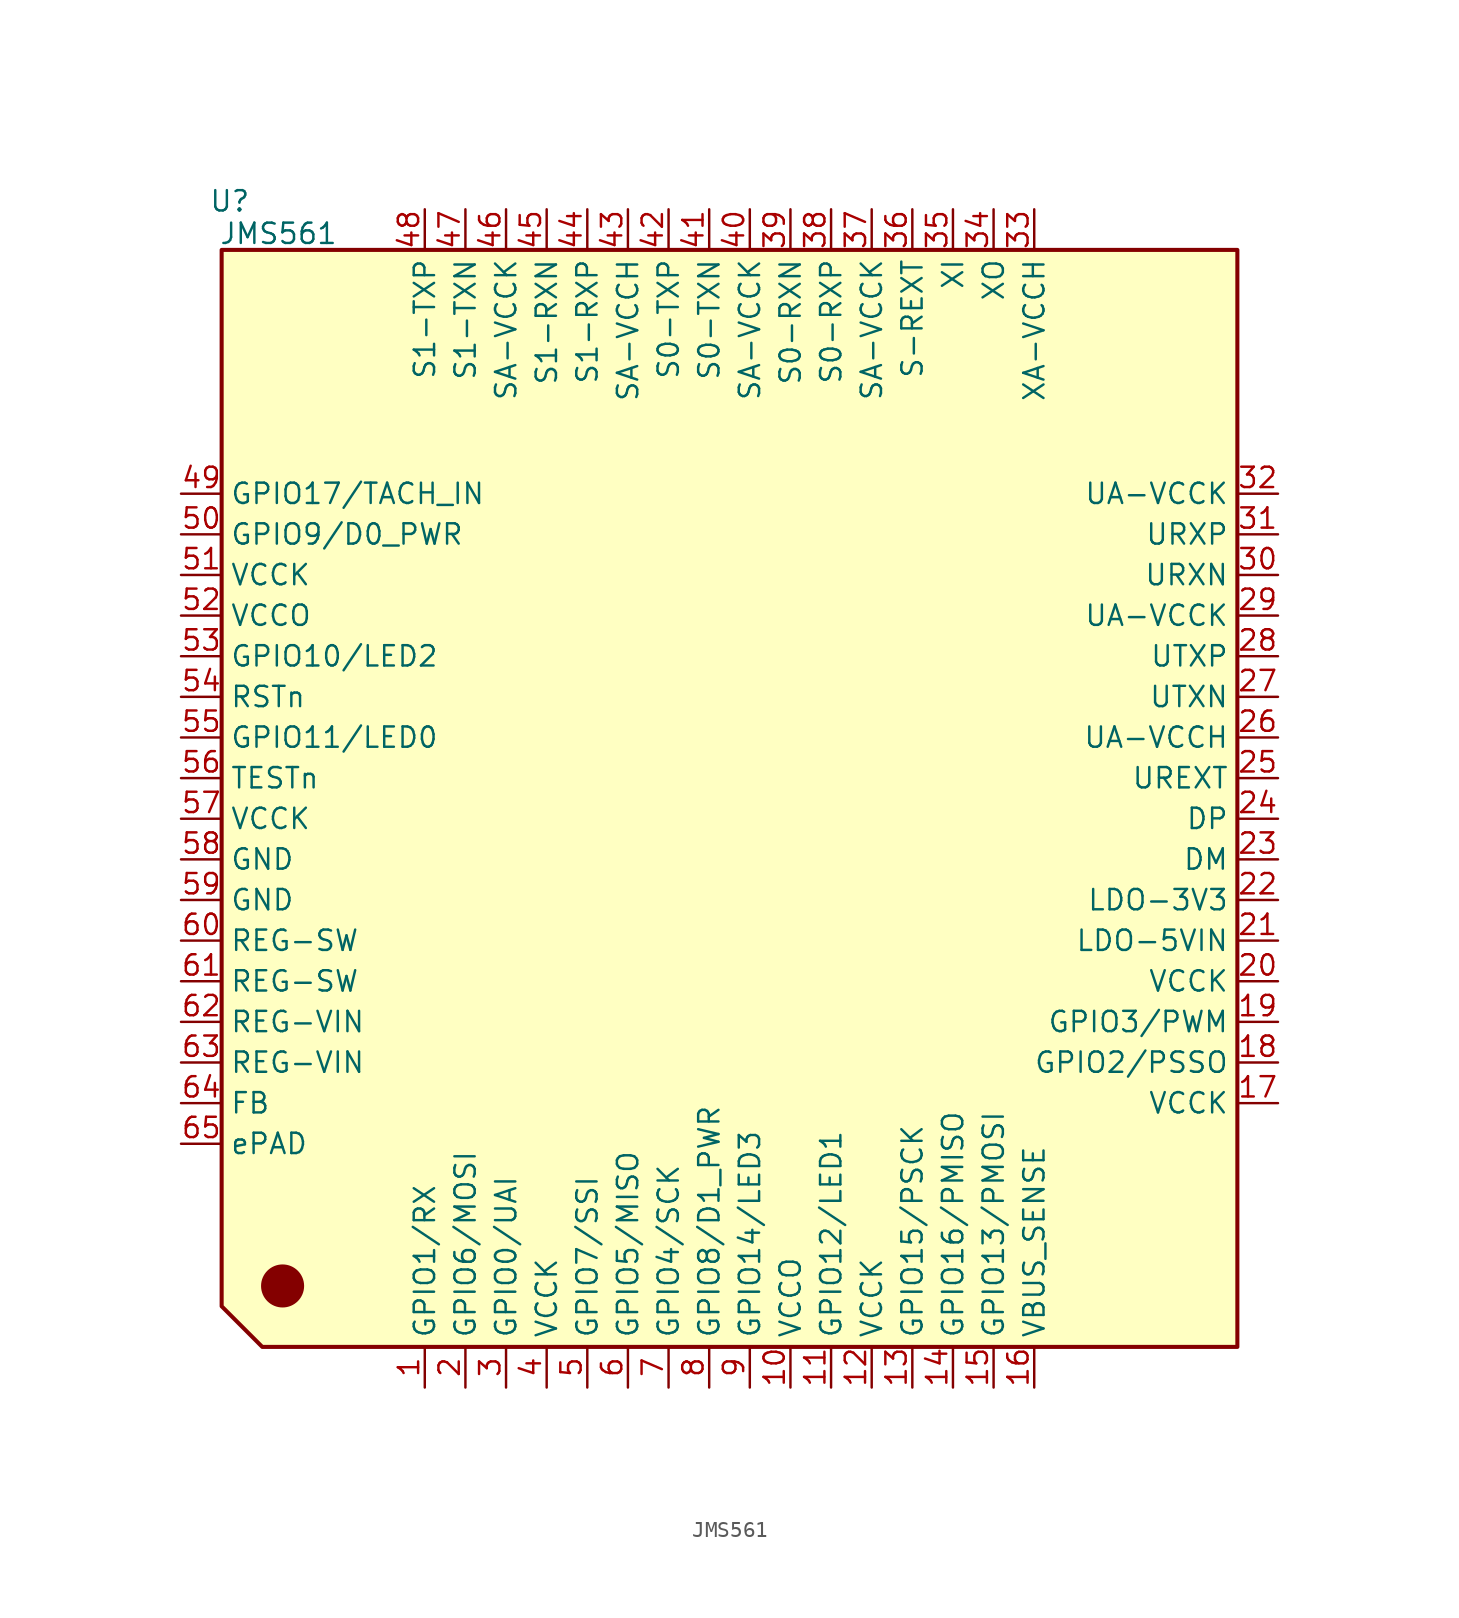
<source format=kicad_sym>
(kicad_symbol_lib
  (version 20241209)
  (generator "kicad_symbol_editor")
  (generator_version "9.0")
  (symbol "JMS561"
    (property "Reference" "U"
      (at 0.508 3.048 0)
      (effects (font (size 1.27 1.27))))
    (property "Value" "JMS561"
      (at 3.556 1.016 0)
      (effects (font (size 1.27 1.27))))
    (symbol "JMS561_1_1"
      (polyline (pts (xy 0 -66.04) (xy 2.54 -68.58) (xy 63.5 -68.58) (xy 63.5 0) (xy 0 0) (xy 0 -66.04)) (stroke (width 0.254) (type solid)) (fill (type color) (color 255 255 194 1)))
      (circle (center 3.81 -64.77) (radius 1.27) (stroke (width 0) (type solid)) (fill (type outline)))
      (pin output line (at -2.54 -15.24 0) (length 2.54) (name "GPIO17/TACH_IN" (effects (font (size 1.27 1.27)))) (number "49" (effects (font (size 1.27 1.27)))))
      (pin output line (at -2.54 -17.78 0) (length 2.54) (name "GPIO9/D0_PWR" (effects (font (size 1.27 1.27)))) (number "50" (effects (font (size 1.27 1.27)))))
      (pin power_in line (at -2.54 -20.32 0) (length 2.54) (name "VCCK" (effects (font (size 1.27 1.27)))) (number "51" (effects (font (size 1.27 1.27)))))
      (pin power_in line (at -2.54 -22.86 0) (length 2.54) (name "VCCO" (effects (font (size 1.27 1.27)))) (number "52" (effects (font (size 1.27 1.27)))))
      (pin output line (at -2.54 -25.4 0) (length 2.54) (name "GPIO10/LED2" (effects (font (size 1.27 1.27)))) (number "53" (effects (font (size 1.27 1.27)))))
      (pin input line (at -2.54 -27.94 0) (length 2.54) (name "RSTn" (effects (font (size 1.27 1.27)))) (number "54" (effects (font (size 1.27 1.27)))))
      (pin output line (at -2.54 -30.48 0) (length 2.54) (name "GPIO11/LED0" (effects (font (size 1.27 1.27)))) (number "55" (effects (font (size 1.27 1.27)))))
      (pin output line (at -2.54 -33.02 0) (length 2.54) (name "TESTn" (effects (font (size 1.27 1.27)))) (number "56" (effects (font (size 1.27 1.27)))))
      (pin power_in line (at -2.54 -35.56 0) (length 2.54) (name "VCCK" (effects (font (size 1.27 1.27)))) (number "57" (effects (font (size 1.27 1.27)))))
      (pin output line (at -2.54 -38.1 0) (length 2.54) (name "GND" (effects (font (size 1.27 1.27)))) (number "58" (effects (font (size 1.27 1.27)))))
      (pin output line (at -2.54 -40.64 0) (length 2.54) (name "GND" (effects (font (size 1.27 1.27)))) (number "59" (effects (font (size 1.27 1.27)))))
      (pin power_out line (at -2.54 -43.18 0) (length 2.54) (name "REG-SW" (effects (font (size 1.27 1.27)))) (number "60" (effects (font (size 1.27 1.27)))))
      (pin power_out line (at -2.54 -45.72 0) (length 2.54) (name "REG-SW" (effects (font (size 1.27 1.27)))) (number "61" (effects (font (size 1.27 1.27)))))
      (pin power_in line (at -2.54 -48.26 0) (length 2.54) (name "REG-VIN" (effects (font (size 1.27 1.27)))) (number "62" (effects (font (size 1.27 1.27)))))
      (pin power_in line (at -2.54 -50.8 0) (length 2.54) (name "REG-VIN" (effects (font (size 1.27 1.27)))) (number "63" (effects (font (size 1.27 1.27)))))
      (pin output line (at -2.54 -53.34 0) (length 2.54) (name "FB" (effects (font (size 1.27 1.27)))) (number "64" (effects (font (size 1.27 1.27)))))
      (pin power_out line (at -2.54 -55.88 0) (length 2.54) (name "ePAD" (effects (font (size 1.27 1.27)))) (number "65" (effects (font (size 1.27 1.27)))))
      (pin output line (at 12.7 2.54 270) (length 2.54) (name "S1-TXP" (effects (font (size 1.27 1.27)))) (number "48" (effects (font (size 1.27 1.27)))))
      (pin output line (at 12.7 -71.12 90) (length 2.54) (name "GPIO1/RX" (effects (font (size 1.27 1.27)))) (number "1" (effects (font (size 1.27 1.27)))))
      (pin output line (at 15.24 2.54 270) (length 2.54) (name "S1-TXN" (effects (font (size 1.27 1.27)))) (number "47" (effects (font (size 1.27 1.27)))))
      (pin output line (at 15.24 -71.12 90) (length 2.54) (name "GPIO6/MOSI" (effects (font (size 1.27 1.27)))) (number "2" (effects (font (size 1.27 1.27)))))
      (pin power_in line (at 17.78 2.54 270) (length 2.54) (name "SA-VCCK" (effects (font (size 1.27 1.27)))) (number "46" (effects (font (size 1.27 1.27)))))
      (pin output line (at 17.78 -71.12 90) (length 2.54) (name "GPIO0/UAI" (effects (font (size 1.27 1.27)))) (number "3" (effects (font (size 1.27 1.27)))))
      (pin input line (at 20.32 2.54 270) (length 2.54) (name "S1-RXN" (effects (font (size 1.27 1.27)))) (number "45" (effects (font (size 1.27 1.27)))))
      (pin power_in line (at 20.32 -71.12 90) (length 2.54) (name "VCCK" (effects (font (size 1.27 1.27)))) (number "4" (effects (font (size 1.27 1.27)))))
      (pin input line (at 22.86 2.54 270) (length 2.54) (name "S1-RXP" (effects (font (size 1.27 1.27)))) (number "44" (effects (font (size 1.27 1.27)))))
      (pin output line (at 22.86 -71.12 90) (length 2.54) (name "GPIO7/SSI" (effects (font (size 1.27 1.27)))) (number "5" (effects (font (size 1.27 1.27)))))
      (pin power_in line (at 25.4 2.54 270) (length 2.54) (name "SA-VCCH" (effects (font (size 1.27 1.27)))) (number "43" (effects (font (size 1.27 1.27)))))
      (pin output line (at 25.4 -71.12 90) (length 2.54) (name "GPIO5/MISO" (effects (font (size 1.27 1.27)))) (number "6" (effects (font (size 1.27 1.27)))))
      (pin output line (at 27.94 2.54 270) (length 2.54) (name "S0-TXP" (effects (font (size 1.27 1.27)))) (number "42" (effects (font (size 1.27 1.27)))))
      (pin output line (at 27.94 -71.12 90) (length 2.54) (name "GPIO4/SCK" (effects (font (size 1.27 1.27)))) (number "7" (effects (font (size 1.27 1.27)))))
      (pin output line (at 30.48 2.54 270) (length 2.54) (name "S0-TXN" (effects (font (size 1.27 1.27)))) (number "41" (effects (font (size 1.27 1.27)))))
      (pin output line (at 30.48 -71.12 90) (length 2.54) (name "GPIO8/D1_PWR" (effects (font (size 1.27 1.27)))) (number "8" (effects (font (size 1.27 1.27)))))
      (pin power_in line (at 33.02 2.54 270) (length 2.54) (name "SA-VCCK" (effects (font (size 1.27 1.27)))) (number "40" (effects (font (size 1.27 1.27)))))
      (pin output line (at 33.02 -71.12 90) (length 2.54) (name "GPIO14/LED3" (effects (font (size 1.27 1.27)))) (number "9" (effects (font (size 1.27 1.27)))))
      (pin input line (at 35.56 2.54 270) (length 2.54) (name "S0-RXN" (effects (font (size 1.27 1.27)))) (number "39" (effects (font (size 1.27 1.27)))))
      (pin power_in line (at 35.56 -71.12 90) (length 2.54) (name "VCCO" (effects (font (size 1.27 1.27)))) (number "10" (effects (font (size 1.27 1.27)))))
      (pin input line (at 38.1 2.54 270) (length 2.54) (name "S0-RXP" (effects (font (size 1.27 1.27)))) (number "38" (effects (font (size 1.27 1.27)))))
      (pin output line (at 38.1 -71.12 90) (length 2.54) (name "GPIO12/LED1" (effects (font (size 1.27 1.27)))) (number "11" (effects (font (size 1.27 1.27)))))
      (pin power_in line (at 40.64 2.54 270) (length 2.54) (name "SA-VCCK" (effects (font (size 1.27 1.27)))) (number "37" (effects (font (size 1.27 1.27)))))
      (pin output line (at 40.64 -71.12 90) (length 2.54) (name "VCCK" (effects (font (size 1.27 1.27)))) (number "12" (effects (font (size 1.27 1.27)))))
      (pin input line (at 43.18 2.54 270) (length 2.54) (name "S-REXT" (effects (font (size 1.27 1.27)))) (number "36" (effects (font (size 1.27 1.27)))))
      (pin output line (at 43.18 -71.12 90) (length 2.54) (name "GPIO15/PSCK" (effects (font (size 1.27 1.27)))) (number "13" (effects (font (size 1.27 1.27)))))
      (pin input line (at 45.72 2.54 270) (length 2.54) (name "XI" (effects (font (size 1.27 1.27)))) (number "35" (effects (font (size 1.27 1.27)))))
      (pin output line (at 45.72 -71.12 90) (length 2.54) (name "GPIO16/PMISO" (effects (font (size 1.27 1.27)))) (number "14" (effects (font (size 1.27 1.27)))))
      (pin output line (at 48.26 2.54 270) (length 2.54) (name "XO" (effects (font (size 1.27 1.27)))) (number "34" (effects (font (size 1.27 1.27)))))
      (pin output line (at 48.26 -71.12 90) (length 2.54) (name "GPIO13/PMOSI" (effects (font (size 1.27 1.27)))) (number "15" (effects (font (size 1.27 1.27)))))
      (pin input line (at 50.8 2.54 270) (length 2.54) (name "XA-VCCH" (effects (font (size 1.27 1.27)))) (number "33" (effects (font (size 1.27 1.27)))))
      (pin output line (at 50.8 -71.12 90) (length 2.54) (name "VBUS_SENSE" (effects (font (size 1.27 1.27)))) (number "16" (effects (font (size 1.27 1.27)))))
      (pin power_in line (at 66.04 -15.24 180) (length 2.54) (name "UA-VCCK" (effects (font (size 1.27 1.27)))) (number "32" (effects (font (size 1.27 1.27)))))
      (pin input line (at 66.04 -17.78 180) (length 2.54) (name "URXP" (effects (font (size 1.27 1.27)))) (number "31" (effects (font (size 1.27 1.27)))))
      (pin input line (at 66.04 -20.32 180) (length 2.54) (name "URXN" (effects (font (size 1.27 1.27)))) (number "30" (effects (font (size 1.27 1.27)))))
      (pin power_in line (at 66.04 -22.86 180) (length 2.54) (name "UA-VCCK" (effects (font (size 1.27 1.27)))) (number "29" (effects (font (size 1.27 1.27)))))
      (pin output line (at 66.04 -25.4 180) (length 2.54) (name "UTXP" (effects (font (size 1.27 1.27)))) (number "28" (effects (font (size 1.27 1.27)))))
      (pin output line (at 66.04 -27.94 180) (length 2.54) (name "UTXN" (effects (font (size 1.27 1.27)))) (number "27" (effects (font (size 1.27 1.27)))))
      (pin power_in line (at 66.04 -30.48 180) (length 2.54) (name "UA-VCCH" (effects (font (size 1.27 1.27)))) (number "26" (effects (font (size 1.27 1.27)))))
      (pin input line (at 66.04 -33.02 180) (length 2.54) (name "UREXT" (effects (font (size 1.27 1.27)))) (number "25" (effects (font (size 1.27 1.27)))))
      (pin bidirectional line (at 66.04 -35.56 180) (length 2.54) (name "DP" (effects (font (size 1.27 1.27)))) (number "24" (effects (font (size 1.27 1.27)))))
      (pin bidirectional line (at 66.04 -38.1 180) (length 2.54) (name "DM" (effects (font (size 1.27 1.27)))) (number "23" (effects (font (size 1.27 1.27)))))
      (pin power_out line (at 66.04 -40.64 180) (length 2.54) (name "LDO-3V3" (effects (font (size 1.27 1.27)))) (number "22" (effects (font (size 1.27 1.27)))))
      (pin power_in line (at 66.04 -43.18 180) (length 2.54) (name "LDO-5VIN" (effects (font (size 1.27 1.27)))) (number "21" (effects (font (size 1.27 1.27)))))
      (pin power_in line (at 66.04 -45.72 180) (length 2.54) (name "VCCK" (effects (font (size 1.27 1.27)))) (number "20" (effects (font (size 1.27 1.27)))))
      (pin output line (at 66.04 -48.26 180) (length 2.54) (name "GPIO3/PWM" (effects (font (size 1.27 1.27)))) (number "19" (effects (font (size 1.27 1.27)))))
      (pin output line (at 66.04 -50.8 180) (length 2.54) (name "GPIO2/PSSO" (effects (font (size 1.27 1.27)))) (number "18" (effects (font (size 1.27 1.27)))))
      (pin power_in line (at 66.04 -53.34 180) (length 2.54) (name "VCCK" (effects (font (size 1.27 1.27)))) (number "17" (effects (font (size 1.27 1.27))))))))
</source>
